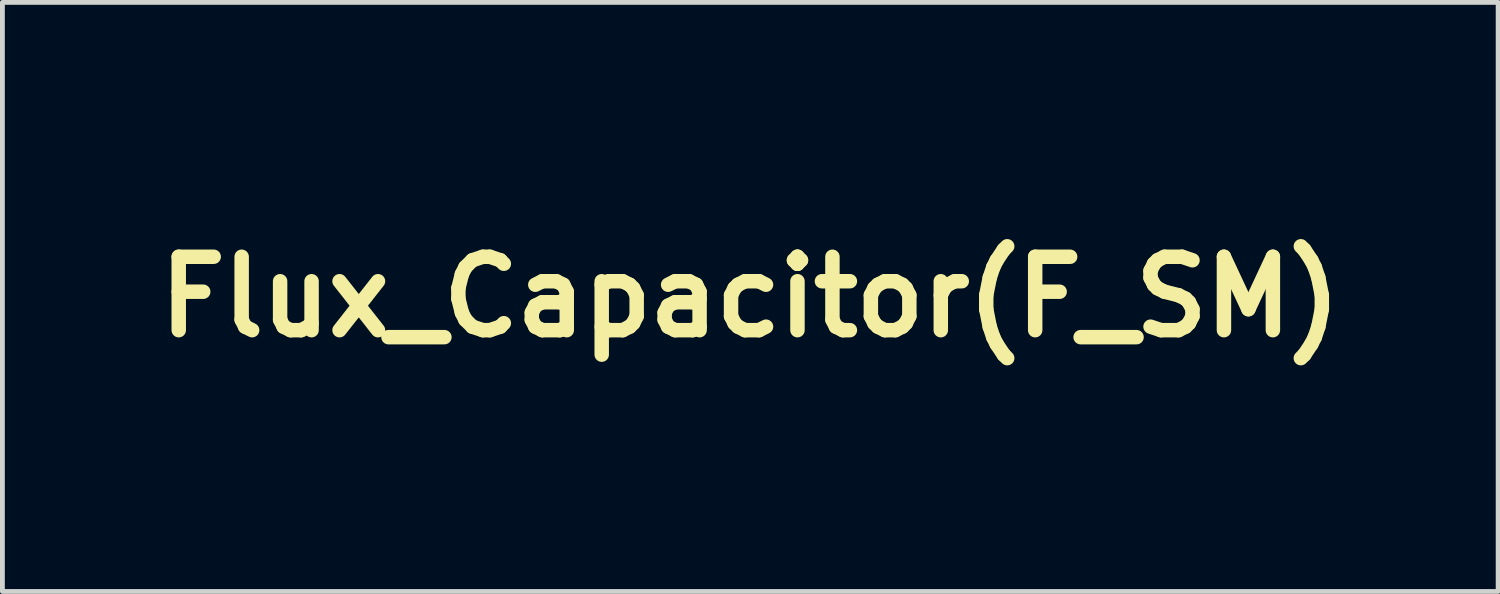
<source format=kicad_pcb>
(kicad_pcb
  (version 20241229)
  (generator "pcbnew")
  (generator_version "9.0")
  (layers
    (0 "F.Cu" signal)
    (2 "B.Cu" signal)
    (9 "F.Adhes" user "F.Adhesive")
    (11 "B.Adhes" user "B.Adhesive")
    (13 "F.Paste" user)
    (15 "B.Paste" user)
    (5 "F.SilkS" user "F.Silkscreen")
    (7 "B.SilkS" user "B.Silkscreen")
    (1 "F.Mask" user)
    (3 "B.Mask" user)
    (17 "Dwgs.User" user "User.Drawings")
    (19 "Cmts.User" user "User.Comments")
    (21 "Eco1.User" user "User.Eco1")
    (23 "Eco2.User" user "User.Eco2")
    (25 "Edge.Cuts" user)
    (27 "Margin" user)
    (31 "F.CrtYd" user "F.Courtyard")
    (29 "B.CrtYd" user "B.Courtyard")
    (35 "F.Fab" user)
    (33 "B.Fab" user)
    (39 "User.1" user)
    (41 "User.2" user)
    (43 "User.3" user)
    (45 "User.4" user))
  (footprint "Flux_Capacitor(F_SM)"
    (layer "F.Cu")
    (at 12.526 3.115)
    (property "Reference" "Flux_Capacitor(F_SM)" (at 0 0 0) (layer "F.SilkS") (effects (font (size 1.524 1.524) (thickness 0.3))))
    (attr through_hole)
    (fp_poly (pts (xy -0.534 -3.11) (xy -0.399 -3.11) (xy -0.261 -3.11) (xy -0.123 -3.11) (xy 0.017 -3.11) (xy 0.157 -3.11) (xy 0.297 -3.109) (xy 0.436 -3.109) (xy 0.574 -3.109) (xy 0.71 -3.108) (xy 0.843 -3.108) (xy 0.973 -3.108) (xy 1.099 -3.107) (xy 1.22 -3.107) (xy 1.336 -3.106) (xy 1.447 -3.106) (xy 1.552 -3.105) (xy 1.649 -3.105) (xy 1.739 -3.104) (xy 1.822 -3.104) (xy 1.895 -3.103) (xy 1.959 -3.102) (xy 2.013 -3.102) (xy 2.057 -3.101) (xy 2.09 -3.1) (xy 2.111 -3.1) (xy 2.118 -3.099) (xy 2.151 -3.095) (xy 2.191 -3.087) (xy 2.232 -3.078) (xy 2.261 -3.071) (xy 2.374 -3.033) (xy 2.482 -2.985) (xy 2.584 -2.925) (xy 2.681 -2.855) (xy 2.77 -2.776) (xy 2.851 -2.688) (xy 2.923 -2.592) (xy 2.986 -2.489) (xy 3.01 -2.442) (xy 3.043 -2.369) (xy 3.068 -2.303) (xy 3.085 -2.239) (xy 3.097 -2.176) (xy 3.101 -2.143) (xy 3.101 -2.128) (xy 3.102 -2.101) (xy 3.103 -2.063) (xy 3.103 -2.013) (xy 3.104 -1.954) (xy 3.105 -1.884) (xy 3.105 -1.806) (xy 3.106 -1.719) (xy 3.106 -1.624) (xy 3.107 -1.521) (xy 3.107 -1.412) (xy 3.107 -1.297) (xy 3.108 -1.176) (xy 3.108 -1.05) (xy 3.108 -0.919) (xy 3.109 -0.785) (xy 3.109 -0.648) (xy 3.109 -0.508) (xy 3.109 -0.366) (xy 3.109 -0.223) (xy 3.109 -0.079) (xy 3.109 0.065) (xy 3.109 0.209) (xy 3.109 0.352) (xy 3.109 0.494) (xy 3.109 0.633) (xy 3.108 0.77) (xy 3.108 0.903) (xy 3.108 1.032) (xy 3.107 1.157) (xy 3.107 1.276) (xy 3.107 1.39) (xy 3.106 1.498) (xy 3.106 1.599) (xy 3.105 1.692) (xy 3.105 1.777) (xy 3.104 1.853) (xy 3.104 1.921) (xy 3.103 1.978) (xy 3.102 2.025) (xy 3.101 2.06) (xy 3.101 2.084) (xy 3.1 2.092) (xy 3.096 2.15) (xy 3.092 2.198) (xy 3.087 2.238) (xy 3.081 2.272) (xy 3.074 2.303) (xy 3.064 2.333) (xy 3.051 2.365) (xy 3.035 2.401) (xy 3.015 2.443) (xy 3.014 2.445) (xy 2.954 2.555) (xy 2.886 2.655) (xy 2.81 2.746) (xy 2.727 2.827) (xy 2.651 2.889) (xy 2.57 2.945) (xy 2.487 2.994) (xy 2.403 3.035) (xy 2.32 3.067) (xy 2.239 3.089) (xy 2.179 3.1) (xy 2.168 3.1) (xy 2.144 3.101) (xy 2.109 3.101) (xy 2.063 3.102) (xy 2.007 3.102) (xy 1.941 3.103) (xy 1.866 3.103) (xy 1.782 3.104) (xy 1.69 3.104) (xy 1.59 3.105) (xy 1.484 3.105) (xy 1.372 3.106) (xy 1.254 3.106) (xy 1.13 3.106) (xy 1.003 3.107) (xy 0.871 3.107) (xy 0.736 3.107) (xy 0.598 3.108) (xy 0.458 3.108) (xy 0.317 3.108) (xy 0.175 3.108) (xy 0.032 3.109) (xy -0.111 3.109) (xy -0.253 3.109) (xy -0.393 3.109) (xy -0.532 3.109) (xy -0.668 3.109) (xy -0.801 3.109) (xy -0.93 3.109) (xy -1.055 3.109) (xy -1.176 3.109) (xy -1.29 3.109) (xy -1.399 3.108) (xy -1.501 3.108) (xy -1.596 3.108) (xy -1.683 3.108) (xy -1.762 3.107) (xy -1.831 3.107) (xy -1.891 3.106) (xy -1.941 3.106) (xy -1.981 3.106) (xy -2.009 3.105) (xy -2.013 3.105) (xy -2.07 3.103) (xy -2.116 3.101) (xy -2.154 3.099) (xy -2.186 3.096) (xy -2.213 3.092) (xy -2.238 3.087) (xy -2.263 3.081) (xy -2.291 3.072) (xy -2.315 3.064) (xy -2.42 3.023) (xy -2.521 2.97) (xy -2.618 2.906) (xy -2.708 2.833) (xy -2.793 2.752) (xy -2.869 2.663) (xy -2.937 2.567) (xy -2.994 2.467) (xy -3.037 2.371) (xy -3.057 2.316) (xy -3.073 2.266) (xy -3.084 2.216) (xy -3.092 2.164) (xy -3.097 2.104) (xy -3.099 2.061) (xy -3.1 2.036) (xy -3.101 2) (xy -3.102 1.952) (xy -3.102 1.893) (xy -3.103 1.825) (xy -3.104 1.747) (xy -3.104 1.66) (xy -3.105 1.566) (xy -3.106 1.464) (xy -3.106 1.355) (xy -3.107 1.24) (xy -3.107 1.121) (xy -3.107 0.996) (xy -3.108 0.868) (xy -3.108 0.736) (xy -3.109 0.601) (xy -3.109 0.507) (xy -2.723 0.507) (xy -2.723 0.635) (xy -2.723 0.76) (xy -2.722 0.88) (xy -2.722 0.995) (xy -2.722 1.105) (xy -2.722 1.209) (xy -2.722 1.306) (xy -2.721 1.396) (xy -2.721 1.477) (xy -2.72 1.55) (xy -2.72 1.614) (xy -2.719 1.667) (xy -2.719 1.71) (xy -2.718 1.737) (xy -2.716 1.822) (xy -2.714 1.897) (xy -2.712 1.96) (xy -2.71 2.015) (xy -2.707 2.061) (xy -2.703 2.101) (xy -2.699 2.135) (xy -2.694 2.164) (xy -2.688 2.19) (xy -2.681 2.213) (xy -2.673 2.235) (xy -2.664 2.258) (xy -2.654 2.278) (xy -2.622 2.338) (xy -2.584 2.394) (xy -2.538 2.45) (xy -2.496 2.496) (xy -2.449 2.541) (xy -2.406 2.578) (xy -2.364 2.609) (xy -2.32 2.637) (xy -2.276 2.66) (xy -2.25 2.672) (xy -2.225 2.683) (xy -2.2 2.692) (xy -2.174 2.7) (xy -2.145 2.706) (xy -2.112 2.712) (xy -2.075 2.716) (xy -2.032 2.72) (xy -1.982 2.723) (xy -1.924 2.725) (xy -1.856 2.727) (xy -1.778 2.729) (xy -1.689 2.73) (xy -1.683 2.731) (xy -1.64 2.731) (xy -1.586 2.732) (xy -1.522 2.732) (xy -1.449 2.732) (xy -1.367 2.733) (xy -1.277 2.733) (xy -1.18 2.733) (xy -1.076 2.734) (xy -0.966 2.734) (xy -0.85 2.734) (xy -0.73 2.734) (xy -0.605 2.734) (xy -0.477 2.734) (xy -0.346 2.734) (xy -0.213 2.734) (xy -0.078 2.734) (xy 0.057 2.734) (xy 0.194 2.734) (xy 0.329 2.733) (xy 0.464 2.733) (xy 0.597 2.733) (xy 0.728 2.732) (xy 0.856 2.732) (xy 0.98 2.732) (xy 1.1 2.731) (xy 1.215 2.731) (xy 1.325 2.73) (xy 1.428 2.73) (xy 1.525 2.73) (xy 1.614 2.729) (xy 1.695 2.728) (xy 1.768 2.728) (xy 1.831 2.727) (xy 1.884 2.727) (xy 1.926 2.726) (xy 1.957 2.725) (xy 1.976 2.725) (xy 1.978 2.725) (xy 2.038 2.721) (xy 2.087 2.716) (xy 2.128 2.711) (xy 2.164 2.705) (xy 2.195 2.697) (xy 2.225 2.687) (xy 2.255 2.674) (xy 2.283 2.661) (xy 2.34 2.631) (xy 2.39 2.599) (xy 2.437 2.562) (xy 2.485 2.519) (xy 2.502 2.502) (xy 2.55 2.451) (xy 2.59 2.402) (xy 2.624 2.351) (xy 2.654 2.296) (xy 2.658 2.289) (xy 2.668 2.268) (xy 2.678 2.247) (xy 2.686 2.228) (xy 2.693 2.208) (xy 2.699 2.186) (xy 2.705 2.163) (xy 2.709 2.136) (xy 2.713 2.105) (xy 2.717 2.07) (xy 2.719 2.029) (xy 2.722 1.981) (xy 2.724 1.926) (xy 2.726 1.862) (xy 2.727 1.789) (xy 2.729 1.706) (xy 2.73 1.612) (xy 2.731 1.521) (xy 2.732 1.467) (xy 2.733 1.403) (xy 2.733 1.33) (xy 2.734 1.248) (xy 2.734 1.158) (xy 2.734 1.06) (xy 2.735 0.955) (xy 2.735 0.844) (xy 2.735 0.728) (xy 2.735 0.607) (xy 2.735 0.482) (xy 2.735 0.354) (xy 2.735 0.222) (xy 2.735 0.089) (xy 2.735 -0.046) (xy 2.735 -0.181) (xy 2.734 -0.317) (xy 2.734 -0.451) (xy 2.734 -0.585) (xy 2.734 -0.717) (xy 2.733 -0.846) (xy 2.733 -0.971) (xy 2.732 -1.093) (xy 2.732 -1.21) (xy 2.731 -1.322) (xy 2.731 -1.427) (xy 2.73 -1.526) (xy 2.729 -1.618) (xy 2.729 -1.701) (xy 2.728 -1.776) (xy 2.727 -1.841) (xy 2.727 -1.897) (xy 2.726 -1.941) (xy 2.725 -1.974) (xy 2.724 -1.994) (xy 2.722 -2.039) (xy 2.719 -2.074) (xy 2.716 -2.102) (xy 2.712 -2.125) (xy 2.707 -2.146) (xy 2.702 -2.165) (xy 2.67 -2.25) (xy 2.63 -2.328) (xy 2.582 -2.4) (xy 2.523 -2.469) (xy 2.503 -2.49) (xy 2.435 -2.552) (xy 2.366 -2.603) (xy 2.293 -2.644) (xy 2.216 -2.677) (xy 2.189 -2.687) (xy 2.173 -2.692) (xy 2.16 -2.696) (xy 2.146 -2.699) (xy 2.131 -2.702) (xy 2.113 -2.704) (xy 2.091 -2.706) (xy 2.062 -2.707) (xy 2.026 -2.709) (xy 1.981 -2.71) (xy 1.925 -2.712) (xy 1.899 -2.713) (xy 1.865 -2.714) (xy 1.819 -2.715) (xy 1.762 -2.715) (xy 1.694 -2.716) (xy 1.617 -2.717) (xy 1.53 -2.717) (xy 1.435 -2.718) (xy 1.332 -2.718) (xy 1.221 -2.719) (xy 1.105 -2.719) (xy 0.983 -2.72) (xy 0.855 -2.72) (xy 0.724 -2.72) (xy 0.589 -2.72) (xy 0.451 -2.721) (xy 0.311 -2.721) (xy 0.169 -2.721) (xy 0.027 -2.721) (xy -0.115 -2.721) (xy -0.257 -2.721) (xy -0.397 -2.721) (xy -0.536 -2.72) (xy -0.671 -2.72) (xy -0.804 -2.72) (xy -0.932 -2.72) (xy -1.055 -2.719) (xy -1.172 -2.719) (xy -1.284 -2.718) (xy -1.388 -2.718) (xy -1.485 -2.717) (xy -1.573 -2.717) (xy -1.652 -2.716) (xy -1.722 -2.715) (xy -1.781 -2.714) (xy -1.829 -2.714) (xy -1.865 -2.713) (xy -1.866 -2.713) (xy -2.123 -2.705) (xy -2.18 -2.686) (xy -2.271 -2.649) (xy -2.357 -2.601) (xy -2.436 -2.543) (xy -2.507 -2.476) (xy -2.57 -2.4) (xy -2.624 -2.318) (xy -2.667 -2.229) (xy -2.687 -2.177) (xy -2.699 -2.133) (xy -2.708 -2.088) (xy -2.713 -2.045) (xy -2.713 -2.03) (xy -2.714 -2.003) (xy -2.715 -1.964) (xy -2.715 -1.915) (xy -2.716 -1.855) (xy -2.716 -1.786) (xy -2.717 -1.708) (xy -2.718 -1.622) (xy -2.718 -1.528) (xy -2.719 -1.427) (xy -2.719 -1.319) (xy -2.72 -1.206) (xy -2.72 -1.088) (xy -2.72 -0.965) (xy -2.721 -0.838) (xy -2.721 -0.708) (xy -2.721 -0.575) (xy -2.722 -0.44) (xy -2.722 -0.304) (xy -2.722 -0.167) (xy -2.722 -0.03) (xy -2.722 0.106) (xy -2.723 0.242) (xy -2.723 0.376) (xy -2.723 0.507) (xy -3.109 0.507) (xy -3.109 0.465) (xy -3.109 0.327) (xy -3.109 0.189) (xy -3.109 0.051) (xy -3.11 -0.087) (xy -3.11 -0.223) (xy -3.11 -0.357) (xy -3.11 -0.488) (xy -3.11 -0.616) (xy -3.109 -0.74) (xy -3.109 -0.859) (xy -3.109 -0.972) (xy -3.109 -1.08) (xy -3.108 -1.181) (xy -3.108 -1.274) (xy -3.107 -1.359) (xy -3.107 -1.436) (xy -3.106 -1.503) (xy -3.106 -1.521) (xy -3.099 -2.143) (xy -3.08 -2.22) (xy -3.046 -2.333) (xy -3.003 -2.438) (xy -2.949 -2.537) (xy -2.885 -2.632) (xy -2.81 -2.722) (xy -2.773 -2.761) (xy -2.684 -2.844) (xy -2.588 -2.916) (xy -2.485 -2.977) (xy -2.378 -3.028) (xy -2.266 -3.067) (xy -2.188 -3.086) (xy -2.169 -3.09) (xy -2.149 -3.093) (xy -2.127 -3.096) (xy -2.101 -3.098) (xy -2.069 -3.1) (xy -2.03 -3.102) (xy -1.983 -3.103) (xy -1.925 -3.105) (xy -1.886 -3.106) (xy -1.856 -3.107) (xy -1.815 -3.107) (xy -1.763 -3.108) (xy -1.702 -3.108) (xy -1.631 -3.109) (xy -1.551 -3.109) (xy -1.463 -3.109) (xy -1.367 -3.11) (xy -1.264 -3.11) (xy -1.155 -3.11) (xy -1.04 -3.11) (xy -0.919 -3.11) (xy -0.795 -3.11) (xy -0.666 -3.11) (xy -0.534 -3.11)) (stroke (width 0.01) (type solid)) (fill yes) (layer "F.Mask"))
    (fp_poly (pts (xy -1.343 -2.324) (xy -1.322 -2.321) (xy -1.224 -2.299) (xy -1.13 -2.266) (xy -1.04 -2.222) (xy -0.955 -2.169) (xy -0.877 -2.107) (xy -0.806 -2.038) (xy -0.744 -1.961) (xy -0.692 -1.879) (xy -0.649 -1.791) (xy -0.632 -1.742) (xy -0.613 -1.681) (xy -0.601 -1.623) (xy -0.593 -1.565) (xy -0.589 -1.501) (xy -0.588 -1.46) (xy -0.594 -1.352) (xy -0.61 -1.25) (xy -0.636 -1.155) (xy -0.674 -1.066) (xy -0.713 -0.998) (xy -0.727 -0.977) (xy -0.738 -0.959) (xy -0.744 -0.949) (xy -0.745 -0.947) (xy -0.74 -0.942) (xy -0.728 -0.93) (xy -0.707 -0.91) (xy -0.681 -0.885) (xy -0.649 -0.855) (xy -0.612 -0.82) (xy -0.571 -0.782) (xy -0.528 -0.742) (xy -0.483 -0.701) (xy -0.437 -0.658) (xy -0.392 -0.616) (xy -0.348 -0.575) (xy -0.305 -0.537) (xy -0.266 -0.501) (xy -0.231 -0.468) (xy -0.2 -0.441) (xy -0.176 -0.419) (xy -0.174 -0.418) (xy -0.147 -0.394) (xy -0.097 -0.418) (xy -0.071 -0.429) (xy -0.051 -0.437) (xy -0.031 -0.44) (xy -0.007 -0.441) (xy 0.006 -0.441) (xy 0.035 -0.441) (xy 0.057 -0.438) (xy 0.078 -0.432) (xy 0.103 -0.422) (xy 0.112 -0.419) (xy 0.163 -0.396) (xy 0.445 -0.655) (xy 0.496 -0.702) (xy 0.544 -0.747) (xy 0.59 -0.789) (xy 0.63 -0.826) (xy 0.666 -0.859) (xy 0.696 -0.887) (xy 0.719 -0.908) (xy 0.735 -0.923) (xy 0.741 -0.929) (xy 0.756 -0.943) (xy 0.714 -1.016) (xy 0.671 -1.101) (xy 0.638 -1.186) (xy 0.615 -1.273) (xy 0.602 -1.364) (xy 0.598 -1.448) (xy 0.789 -1.448) (xy 0.79 -1.435) (xy 0.797 -1.358) (xy 0.811 -1.287) (xy 0.833 -1.218) (xy 0.838 -1.204) (xy 0.85 -1.175) (xy 0.863 -1.146) (xy 0.875 -1.12) (xy 0.886 -1.098) (xy 0.895 -1.084) (xy 0.899 -1.079) (xy 0.905 -1.084) (xy 0.919 -1.095) (xy 0.938 -1.111) (xy 0.962 -1.132) (xy 0.987 -1.154) (xy 1.012 -1.178) (xy 1.036 -1.2) (xy 1.057 -1.219) (xy 1.072 -1.235) (xy 1.077 -1.24) (xy 1.092 -1.257) (xy 1.103 -1.273) (xy 1.108 -1.282) (xy 1.108 -1.293) (xy 1.106 -1.314) (xy 1.101 -1.341) (xy 1.096 -1.362) (xy 1.086 -1.409) (xy 1.081 -1.447) (xy 1.081 -1.482) (xy 1.086 -1.517) (xy 1.092 -1.546) (xy 1.115 -1.612) (xy 1.148 -1.672) (xy 1.191 -1.725) (xy 1.197 -1.73) (xy 1.25 -1.775) (xy 1.31 -1.809) (xy 1.374 -1.831) (xy 1.443 -1.841) (xy 1.467 -1.841) (xy 1.536 -1.836) (xy 1.601 -1.818) (xy 1.661 -1.791) (xy 1.714 -1.753) (xy 1.76 -1.708) (xy 1.798 -1.654) (xy 1.827 -1.594) (xy 1.845 -1.528) (xy 1.852 -1.476) (xy 1.85 -1.41) (xy 1.837 -1.346) (xy 1.812 -1.285) (xy 1.778 -1.229) (xy 1.734 -1.18) (xy 1.682 -1.137) (xy 1.623 -1.103) (xy 1.597 -1.092) (xy 1.572 -1.084) (xy 1.543 -1.079) (xy 1.508 -1.076) (xy 1.489 -1.075) (xy 1.441 -1.074) (xy 1.401 -1.077) (xy 1.365 -1.084) (xy 1.329 -1.097) (xy 1.301 -1.109) (xy 1.252 -1.132) (xy 1.224 -1.107) (xy 1.188 -1.076) (xy 1.154 -1.044) (xy 1.121 -1.015) (xy 1.092 -0.988) (xy 1.068 -0.966) (xy 1.049 -0.948) (xy 1.038 -0.937) (xy 1.035 -0.934) (xy 1.041 -0.927) (xy 1.055 -0.916) (xy 1.075 -0.902) (xy 1.099 -0.886) (xy 1.124 -0.871) (xy 1.149 -0.857) (xy 1.16 -0.851) (xy 1.241 -0.818) (xy 1.326 -0.794) (xy 1.412 -0.78) (xy 1.498 -0.777) (xy 1.581 -0.785) (xy 1.603 -0.79) (xy 1.693 -0.815) (xy 1.776 -0.851) (xy 1.854 -0.898) (xy 1.925 -0.954) (xy 1.987 -1.018) (xy 2.04 -1.091) (xy 2.07 -1.143) (xy 2.097 -1.202) (xy 2.118 -1.258) (xy 2.132 -1.315) (xy 2.14 -1.374) (xy 2.143 -1.439) (xy 2.14 -1.513) (xy 2.14 -1.516) (xy 2.137 -1.565) (xy 2.132 -1.605) (xy 2.125 -1.639) (xy 2.116 -1.671) (xy 2.103 -1.704) (xy 2.085 -1.741) (xy 2.082 -1.749) (xy 2.04 -1.822) (xy 1.992 -1.887) (xy 1.938 -1.944) (xy 1.881 -1.995) (xy 1.823 -2.036) (xy 1.76 -2.07) (xy 1.689 -2.099) (xy 1.667 -2.107) (xy 1.585 -2.128) (xy 1.501 -2.137) (xy 1.416 -2.135) (xy 1.331 -2.122) (xy 1.247 -2.099) (xy 1.167 -2.065) (xy 1.091 -2.022) (xy 1.021 -1.969) (xy 0.985 -1.935) (xy 0.922 -1.863) (xy 0.872 -1.789) (xy 0.833 -1.71) (xy 0.807 -1.627) (xy 0.792 -1.54) (xy 0.789 -1.448) (xy 0.598 -1.448) (xy 0.598 -1.461) (xy 0.599 -1.514) (xy 0.604 -1.58) (xy 0.613 -1.641) (xy 0.628 -1.699) (xy 0.648 -1.758) (xy 0.676 -1.821) (xy 0.693 -1.856) (xy 0.744 -1.944) (xy 0.805 -2.025) (xy 0.874 -2.097) (xy 0.95 -2.16) (xy 1.032 -2.214) (xy 1.119 -2.258) (xy 1.211 -2.292) (xy 1.307 -2.315) (xy 1.405 -2.328) (xy 1.504 -2.329) (xy 1.605 -2.319) (xy 1.705 -2.297) (xy 1.742 -2.286) (xy 1.815 -2.259) (xy 1.88 -2.228) (xy 1.94 -2.192) (xy 1.999 -2.148) (xy 2.059 -2.096) (xy 2.134 -2.018) (xy 2.197 -1.934) (xy 2.249 -1.845) (xy 2.29 -1.752) (xy 2.318 -1.655) (xy 2.335 -1.554) (xy 2.34 -1.45) (xy 2.337 -1.384) (xy 2.322 -1.279) (xy 2.295 -1.179) (xy 2.258 -1.084) (xy 2.21 -0.996) (xy 2.152 -0.914) (xy 2.086 -0.839) (xy 2.011 -0.772) (xy 1.928 -0.715) (xy 1.838 -0.666) (xy 1.741 -0.628) (xy 1.648 -0.602) (xy 1.598 -0.594) (xy 1.54 -0.588) (xy 1.479 -0.586) (xy 1.419 -0.586) (xy 1.364 -0.59) (xy 1.343 -0.593) (xy 1.261 -0.609) (xy 1.184 -0.632) (xy 1.109 -0.662) (xy 1.034 -0.701) (xy 0.957 -0.75) (xy 0.934 -0.767) (xy 0.887 -0.8) (xy 0.861 -0.776) (xy 0.85 -0.766) (xy 0.831 -0.749) (xy 0.806 -0.725) (xy 0.775 -0.696) (xy 0.739 -0.664) (xy 0.701 -0.628) (xy 0.67 -0.6) (xy 0.597 -0.532) (xy 0.532 -0.473) (xy 0.477 -0.421) (xy 0.429 -0.376) (xy 0.388 -0.337) (xy 0.355 -0.305) (xy 0.328 -0.278) (xy 0.307 -0.257) (xy 0.291 -0.24) (xy 0.281 -0.228) (xy 0.263 -0.2) (xy 0.247 -0.167) (xy 0.236 -0.141) (xy 0.219 -0.098) (xy 0.199 -0.064) (xy 0.175 -0.034) (xy 0.143 -0.006) (xy 0.141 -0.005) (xy 0.101 0.027) (xy 0.103 0.322) (xy 0.105 0.618) (xy 0.187 0.638) (xy 0.288 0.668) (xy 0.379 0.703) (xy 0.462 0.746) (xy 0.537 0.797) (xy 0.608 0.858) (xy 0.628 0.877) (xy 0.695 0.953) (xy 0.752 1.036) (xy 0.799 1.125) (xy 0.836 1.222) (xy 0.863 1.326) (xy 0.871 1.365) (xy 0.875 1.402) (xy 0.878 1.447) (xy 0.879 1.496) (xy 0.877 1.545) (xy 0.875 1.592) (xy 0.87 1.631) (xy 0.867 1.648) (xy 0.838 1.753) (xy 0.799 1.853) (xy 0.751 1.945) (xy 0.692 2.029) (xy 0.665 2.062) (xy 0.594 2.134) (xy 0.514 2.198) (xy 0.427 2.252) (xy 0.333 2.297) (xy 0.235 2.331) (xy 0.141 2.353) (xy 0.102 2.358) (xy 0.055 2.361) (xy 0.003 2.361) (xy -0.048 2.36) (xy -0.096 2.357) (xy -0.136 2.352) (xy -0.137 2.352) (xy -0.236 2.328) (xy -0.333 2.293) (xy -0.425 2.246) (xy -0.512 2.189) (xy -0.592 2.122) (xy -0.597 2.116) (xy -0.662 2.049) (xy -0.716 1.981) (xy -0.761 1.911) (xy -0.799 1.834) (xy -0.812 1.8) (xy -0.834 1.741) (xy -0.849 1.685) (xy -0.859 1.63) (xy -0.865 1.57) (xy -0.866 1.502) (xy -0.866 1.495) (xy -0.866 1.489) (xy -0.67 1.489) (xy -0.669 1.533) (xy -0.669 1.566) (xy -0.667 1.593) (xy -0.664 1.615) (xy -0.661 1.635) (xy -0.655 1.655) (xy -0.625 1.746) (xy -0.583 1.829) (xy -0.532 1.905) (xy -0.472 1.973) (xy -0.404 2.032) (xy -0.327 2.082) (xy -0.244 2.122) (xy -0.154 2.152) (xy -0.105 2.163) (xy -0.068 2.167) (xy -0.024 2.169) (xy 0.026 2.169) (xy 0.075 2.166) (xy 0.12 2.161) (xy 0.158 2.154) (xy 0.159 2.154) (xy 0.254 2.123) (xy 0.343 2.08) (xy 0.356 2.073) (xy 0.394 2.047) (xy 0.435 2.013) (xy 0.478 1.974) (xy 0.518 1.932) (xy 0.554 1.89) (xy 0.582 1.851) (xy 0.587 1.843) (xy 0.629 1.76) (xy 0.66 1.674) (xy 0.679 1.586) (xy 0.686 1.498) (xy 0.682 1.41) (xy 0.666 1.324) (xy 0.639 1.24) (xy 0.6 1.16) (xy 0.551 1.085) (xy 0.503 1.028) (xy 0.435 0.964) (xy 0.364 0.912) (xy 0.288 0.87) (xy 0.204 0.838) (xy 0.16 0.825) (xy 0.137 0.82) (xy 0.118 0.815) (xy 0.107 0.813) (xy 0.106 0.813) (xy 0.105 0.819) (xy 0.104 0.836) (xy 0.103 0.862) (xy 0.102 0.896) (xy 0.102 0.935) (xy 0.102 0.964) (xy 0.102 1.115) (xy 0.135 1.126) (xy 0.185 1.148) (xy 0.234 1.18) (xy 0.279 1.222) (xy 0.318 1.27) (xy 0.351 1.322) (xy 0.374 1.377) (xy 0.38 1.399) (xy 0.385 1.43) (xy 0.387 1.469) (xy 0.387 1.51) (xy 0.384 1.549) (xy 0.378 1.582) (xy 0.378 1.584) (xy 0.354 1.651) (xy 0.321 1.711) (xy 0.277 1.763) (xy 0.225 1.807) (xy 0.163 1.841) (xy 0.121 1.858) (xy 0.087 1.866) (xy 0.045 1.87) (xy -0.001 1.871) (xy -0.048 1.868) (xy -0.09 1.862) (xy -0.12 1.855) (xy -0.183 1.828) (xy -0.239 1.791) (xy -0.286 1.746) (xy -0.324 1.693) (xy -0.352 1.634) (xy -0.369 1.568) (xy -0.376 1.499) (xy -0.376 1.499) (xy -0.374 1.447) (xy -0.367 1.401) (xy -0.354 1.358) (xy -0.333 1.311) (xy -0.303 1.257) (xy -0.267 1.213) (xy -0.223 1.176) (xy -0.17 1.145) (xy -0.134 1.129) (xy -0.092 1.113) (xy -0.092 0.972) (xy -0.093 0.925) (xy -0.093 0.888) (xy -0.094 0.862) (xy -0.096 0.843) (xy -0.098 0.831) (xy -0.101 0.824) (xy -0.102 0.823) (xy -0.108 0.819) (xy -0.117 0.818) (xy -0.132 0.821) (xy -0.155 0.827) (xy -0.168 0.831) (xy -0.232 0.853) (xy -0.288 0.876) (xy -0.339 0.903) (xy -0.371 0.923) (xy -0.442 0.977) (xy -0.506 1.04) (xy -0.56 1.112) (xy -0.606 1.192) (xy -0.642 1.278) (xy -0.655 1.323) (xy -0.661 1.344) (xy -0.665 1.364) (xy -0.667 1.386) (xy -0.669 1.413) (xy -0.669 1.447) (xy -0.67 1.489) (xy -0.866 1.489) (xy -0.863 1.409) (xy -0.854 1.331) (xy -0.838 1.257) (xy -0.814 1.184) (xy -0.781 1.108) (xy -0.772 1.089) (xy -0.723 1.003) (xy -0.665 0.926) (xy -0.599 0.857) (xy -0.523 0.795) (xy -0.436 0.741) (xy -0.373 0.708) (xy -0.322 0.685) (xy -0.278 0.667) (xy -0.234 0.652) (xy -0.187 0.64) (xy -0.156 0.633) (xy -0.092 0.619) (xy -0.092 0.336) (xy -0.092 0.277) (xy -0.093 0.221) (xy -0.093 0.169) (xy -0.094 0.123) (xy -0.094 0.085) (xy -0.095 0.056) (xy -0.096 0.037) (xy -0.097 0.031) (xy -0.103 0.014) (xy -0.115 0.001) (xy -0.13 -0.009) (xy -0.154 -0.028) (xy -0.178 -0.057) (xy -0.199 -0.09) (xy -0.216 -0.126) (xy -0.22 -0.139) (xy -0.233 -0.177) (xy -0.249 -0.209) (xy -0.272 -0.239) (xy -0.284 -0.252) (xy -0.292 -0.26) (xy -0.309 -0.276) (xy -0.334 -0.299) (xy -0.364 -0.328) (xy -0.4 -0.361) (xy -0.44 -0.398) (xy -0.483 -0.438) (xy -0.528 -0.479) (xy -0.575 -0.522) (xy -0.621 -0.565) (xy -0.667 -0.607) (xy -0.711 -0.647) (xy -0.751 -0.684) (xy -0.788 -0.717) (xy -0.819 -0.746) (xy -0.845 -0.769) (xy -0.863 -0.785) (xy -0.868 -0.789) (xy -0.874 -0.794) (xy -0.881 -0.795) (xy -0.89 -0.792) (xy -0.904 -0.782) (xy -0.925 -0.767) (xy -0.928 -0.765) (xy -1.017 -0.706) (xy -1.11 -0.658) (xy -1.207 -0.623) (xy -1.306 -0.599) (xy -1.407 -0.587) (xy -1.508 -0.587) (xy -1.61 -0.599) (xy -1.711 -0.623) (xy -1.809 -0.659) (xy -1.865 -0.685) (xy -1.949 -0.736) (xy -2.028 -0.797) (xy -2.099 -0.867) (xy -2.163 -0.945) (xy -2.217 -1.029) (xy -2.262 -1.119) (xy -2.297 -1.213) (xy -2.32 -1.311) (xy -2.32 -1.314) (xy -2.329 -1.398) (xy -2.33 -1.482) (xy -2.13 -1.482) (xy -2.13 -1.464) (xy -2.13 -1.42) (xy -2.129 -1.386) (xy -2.128 -1.359) (xy -2.125 -1.337) (xy -2.122 -1.317) (xy -2.117 -1.296) (xy -2.113 -1.281) (xy -2.083 -1.194) (xy -2.043 -1.113) (xy -1.993 -1.038) (xy -1.935 -0.972) (xy -1.868 -0.914) (xy -1.795 -0.866) (xy -1.715 -0.827) (xy -1.631 -0.799) (xy -1.541 -0.783) (xy -1.528 -0.781) (xy -1.503 -0.779) (xy -1.482 -0.777) (xy -1.468 -0.776) (xy -1.467 -0.776) (xy -1.457 -0.776) (xy -1.437 -0.777) (xy -1.412 -0.78) (xy -1.394 -0.781) (xy -1.305 -0.795) (xy -1.22 -0.821) (xy -1.191 -0.832) (xy -1.17 -0.843) (xy -1.144 -0.856) (xy -1.116 -0.871) (xy -1.089 -0.887) (xy -1.064 -0.903) (xy -1.043 -0.917) (xy -1.029 -0.927) (xy -1.024 -0.933) (xy -1.024 -0.933) (xy -1.029 -0.94) (xy -1.042 -0.953) (xy -1.061 -0.97) (xy -1.084 -0.992) (xy -1.108 -1.014) (xy -1.133 -1.037) (xy -1.157 -1.057) (xy -1.176 -1.074) (xy -1.177 -1.074) (xy -1.203 -1.096) (xy -1.223 -1.11) (xy -1.24 -1.117) (xy -1.256 -1.119) (xy -1.276 -1.114) (xy -1.303 -1.105) (xy -1.312 -1.102) (xy -1.363 -1.084) (xy -1.405 -1.073) (xy -1.442 -1.069) (xy -1.476 -1.07) (xy -1.479 -1.07) (xy -1.553 -1.084) (xy -1.621 -1.109) (xy -1.681 -1.144) (xy -1.733 -1.188) (xy -1.777 -1.241) (xy -1.811 -1.303) (xy -1.821 -1.326) (xy -1.832 -1.366) (xy -1.839 -1.414) (xy -1.841 -1.464) (xy -1.839 -1.512) (xy -1.832 -1.549) (xy -1.809 -1.616) (xy -1.775 -1.675) (xy -1.733 -1.727) (xy -1.683 -1.77) (xy -1.626 -1.803) (xy -1.564 -1.827) (xy -1.496 -1.839) (xy -1.486 -1.84) (xy -1.422 -1.839) (xy -1.362 -1.829) (xy -1.302 -1.809) (xy -1.29 -1.803) (xy -1.234 -1.77) (xy -1.184 -1.726) (xy -1.141 -1.675) (xy -1.107 -1.615) (xy -1.083 -1.551) (xy -1.076 -1.521) (xy -1.071 -1.492) (xy -1.069 -1.467) (xy -1.07 -1.44) (xy -1.075 -1.41) (xy -1.082 -1.372) (xy -1.087 -1.354) (xy -1.094 -1.321) (xy -1.096 -1.295) (xy -1.092 -1.274) (xy -1.081 -1.255) (xy -1.062 -1.233) (xy -1.045 -1.216) (xy -1.024 -1.195) (xy -0.999 -1.173) (xy -0.973 -1.15) (xy -0.948 -1.128) (xy -0.925 -1.108) (xy -0.905 -1.093) (xy -0.892 -1.083) (xy -0.886 -1.08) (xy -0.886 -1.08) (xy -0.881 -1.089) (xy -0.872 -1.107) (xy -0.86 -1.131) (xy -0.847 -1.158) (xy -0.835 -1.185) (xy -0.824 -1.21) (xy -0.816 -1.229) (xy -0.814 -1.235) (xy -0.795 -1.308) (xy -0.783 -1.385) (xy -0.779 -1.464) (xy -0.783 -1.54) (xy -0.79 -1.587) (xy -0.815 -1.679) (xy -0.851 -1.764) (xy -0.897 -1.842) (xy -0.952 -1.912) (xy -1.016 -1.974) (xy -1.088 -2.028) (xy -1.168 -2.072) (xy -1.254 -2.105) (xy -1.282 -2.113) (xy -1.305 -2.119) (xy -1.325 -2.123) (xy -1.345 -2.126) (xy -1.368 -2.128) (xy -1.397 -2.129) (xy -1.434 -2.13) (xy -1.464 -2.13) (xy -1.507 -2.13) (xy -1.539 -2.129) (xy -1.565 -2.128) (xy -1.585 -2.126) (xy -1.603 -2.123) (xy -1.621 -2.118) (xy -1.641 -2.112) (xy -1.729 -2.079) (xy -1.811 -2.035) (xy -1.886 -1.982) (xy -1.952 -1.919) (xy -2.011 -1.849) (xy -2.06 -1.771) (xy -2.098 -1.687) (xy -2.116 -1.633) (xy -2.121 -1.614) (xy -2.125 -1.596) (xy -2.128 -1.576) (xy -2.129 -1.552) (xy -2.13 -1.522) (xy -2.13 -1.482) (xy -2.33 -1.482) (xy -2.33 -1.486) (xy -2.321 -1.575) (xy -2.305 -1.663) (xy -2.282 -1.748) (xy -2.251 -1.825) (xy -2.226 -1.873) (xy -2.175 -1.952) (xy -2.113 -2.028) (xy -2.043 -2.099) (xy -1.968 -2.162) (xy -1.889 -2.216) (xy -1.864 -2.231) (xy -1.788 -2.267) (xy -1.704 -2.296) (xy -1.615 -2.316) (xy -1.524 -2.328) (xy -1.432 -2.33) (xy -1.343 -2.324)) (stroke (width 0.01) (type solid)) (fill yes) (layer "F.Mask")))
  (gr_rect
    (start -3 -3)
    (end 28.052 9.229)
    (stroke (width 0.1) (type default))
    (fill no)
    (layer "Edge.Cuts")))
</source>
